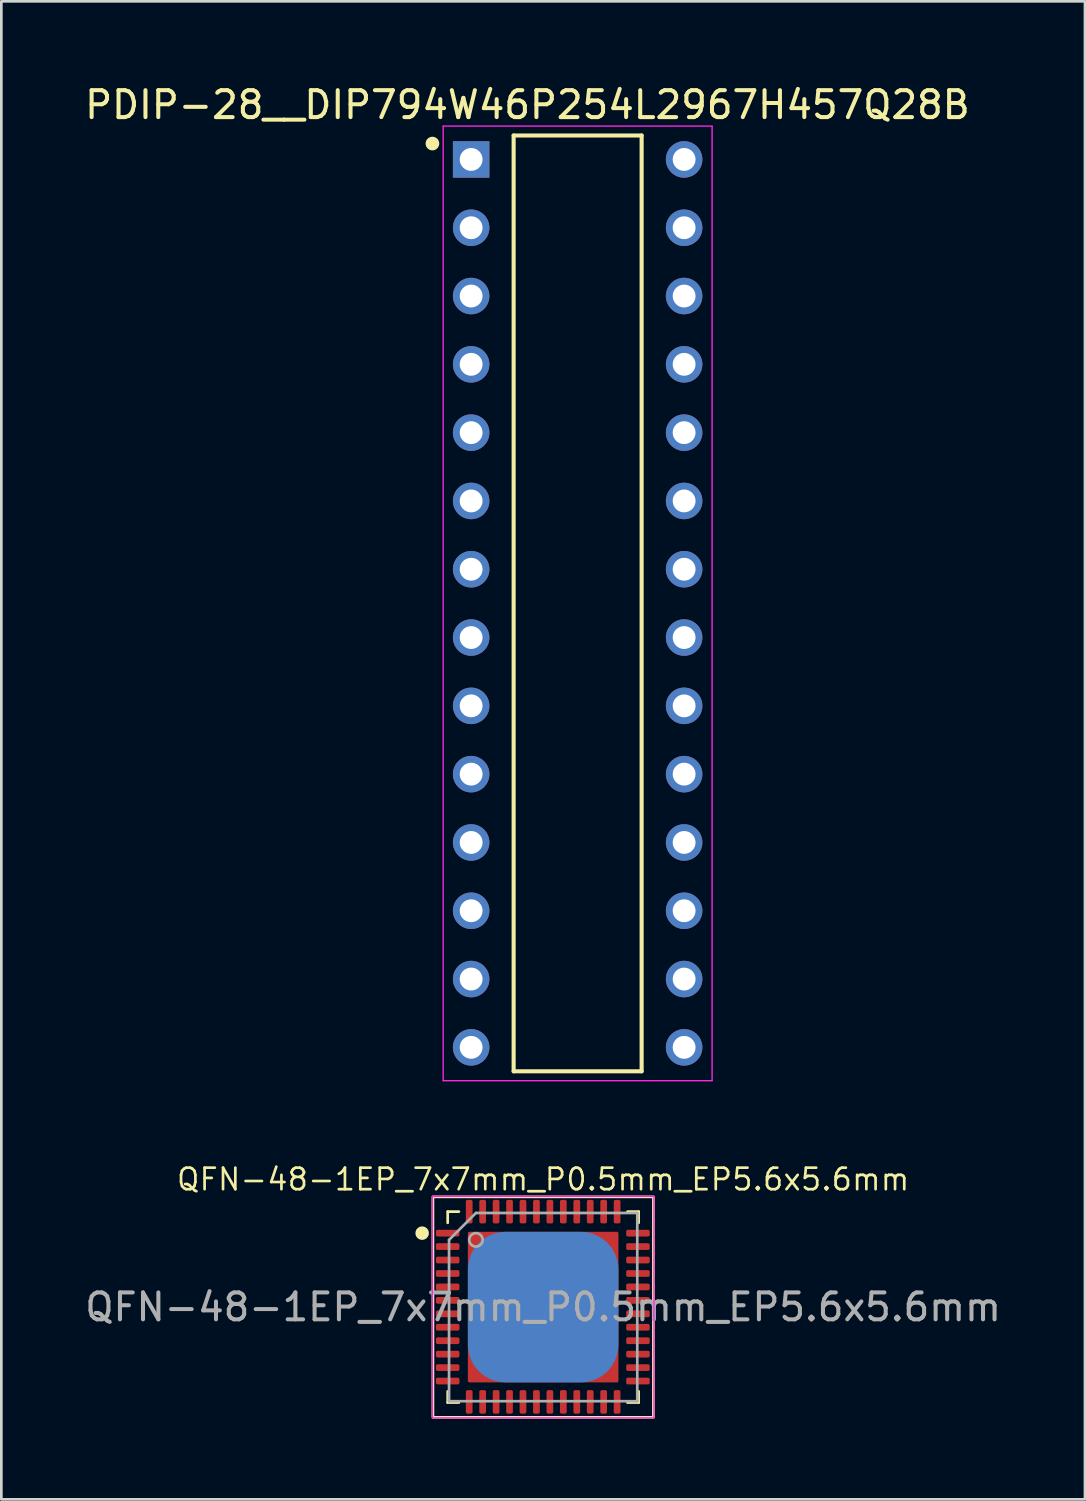
<source format=kicad_pcb>
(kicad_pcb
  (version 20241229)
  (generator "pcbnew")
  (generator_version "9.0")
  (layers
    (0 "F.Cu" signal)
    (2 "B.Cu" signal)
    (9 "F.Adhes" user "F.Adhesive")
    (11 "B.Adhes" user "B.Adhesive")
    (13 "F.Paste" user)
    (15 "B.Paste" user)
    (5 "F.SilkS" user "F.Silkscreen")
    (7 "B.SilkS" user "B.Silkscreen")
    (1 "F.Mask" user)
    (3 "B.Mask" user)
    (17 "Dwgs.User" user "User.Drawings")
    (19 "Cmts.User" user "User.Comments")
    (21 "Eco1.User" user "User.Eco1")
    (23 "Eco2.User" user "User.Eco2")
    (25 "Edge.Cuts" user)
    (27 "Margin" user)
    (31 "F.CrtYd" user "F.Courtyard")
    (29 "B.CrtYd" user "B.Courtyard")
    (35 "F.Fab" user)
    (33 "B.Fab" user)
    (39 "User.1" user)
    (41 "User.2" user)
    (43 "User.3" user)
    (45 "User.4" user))
  (footprint "PDIP-28__DIP794W46P254L2967H457Q28B"
    (layer "F.Cu")
    (at 18.431 19.389)
    (property "Reference" "PDIP-28__DIP794W46P254L2967H457Q28B" (at -1.867 -18.54 0) (layer "F.SilkS") (effects (font (size 1.001 1.001) (thickness 0.15))))
    (attr through_hole)
    (fp_line (start -2.38 -17.4) (end -2.38 17.4) (stroke (width 0.152) (type solid)) (layer "F.SilkS"))
    (fp_line (start 2.38 -17.4) (end -2.38 -17.4) (stroke (width 0.152) (type solid)) (layer "F.SilkS"))
    (fp_line (start 2.38 17.4) (end -2.38 17.4) (stroke (width 0.152) (type solid)) (layer "F.SilkS"))
    (fp_line (start 2.38 17.4) (end 2.38 -17.4) (stroke (width 0.152) (type solid)) (layer "F.SilkS"))
    (fp_circle (center -5.4 -17.1) (end -5.146 -17.1) (stroke (width 0) (type solid)) (fill yes) (layer "F.SilkS"))
    (fp_line (start -5 -17.75) (end 5 -17.75) (stroke (width 0.05) (type solid)) (layer "F.CrtYd"))
    (fp_line (start -5 17.75) (end -5 -17.75) (stroke (width 0.05) (type solid)) (layer "F.CrtYd"))
    (fp_line (start 5 -17.75) (end 5 17.75) (stroke (width 0.05) (type solid)) (layer "F.CrtYd"))
    (fp_line (start 5 17.75) (end -5 17.75) (stroke (width 0.05) (type solid)) (layer "F.CrtYd"))
    (pad "1" thru_hole rect (at -3.96 -16.51) (size 1.358 1.358) (drill 0.85) (layers "*.Cu" "*.Mask"))
    (pad "2" thru_hole circle (at -3.96 -13.97) (size 1.358 1.358) (drill 0.85) (layers "*.Cu" "*.Mask"))
    (pad "3" thru_hole circle (at -3.96 -11.43) (size 1.358 1.358) (drill 0.85) (layers "*.Cu" "*.Mask"))
    (pad "4" thru_hole circle (at -3.96 -8.89) (size 1.358 1.358) (drill 0.85) (layers "*.Cu" "*.Mask"))
    (pad "5" thru_hole circle (at -3.96 -6.35) (size 1.358 1.358) (drill 0.85) (layers "*.Cu" "*.Mask"))
    (pad "6" thru_hole circle (at -3.96 -3.81) (size 1.358 1.358) (drill 0.85) (layers "*.Cu" "*.Mask"))
    (pad "7" thru_hole circle (at -3.96 -1.27) (size 1.358 1.358) (drill 0.85) (layers "*.Cu" "*.Mask"))
    (pad "8" thru_hole circle (at -3.96 1.27) (size 1.358 1.358) (drill 0.85) (layers "*.Cu" "*.Mask"))
    (pad "9" thru_hole circle (at -3.96 3.81) (size 1.358 1.358) (drill 0.85) (layers "*.Cu" "*.Mask"))
    (pad "10" thru_hole circle (at -3.96 6.35) (size 1.358 1.358) (drill 0.85) (layers "*.Cu" "*.Mask"))
    (pad "11" thru_hole circle (at -3.96 8.89) (size 1.358 1.358) (drill 0.85) (layers "*.Cu" "*.Mask"))
    (pad "12" thru_hole circle (at -3.96 11.43) (size 1.358 1.358) (drill 0.85) (layers "*.Cu" "*.Mask"))
    (pad "13" thru_hole circle (at -3.96 13.97) (size 1.358 1.358) (drill 0.85) (layers "*.Cu" "*.Mask"))
    (pad "14" thru_hole circle (at -3.96 16.51) (size 1.358 1.358) (drill 0.85) (layers "*.Cu" "*.Mask"))
    (pad "15" thru_hole circle (at 3.96 16.51) (size 1.358 1.358) (drill 0.85) (layers "*.Cu" "*.Mask"))
    (pad "16" thru_hole circle (at 3.96 13.97) (size 1.358 1.358) (drill 0.85) (layers "*.Cu" "*.Mask"))
    (pad "17" thru_hole circle (at 3.96 11.43) (size 1.358 1.358) (drill 0.85) (layers "*.Cu" "*.Mask"))
    (pad "18" thru_hole circle (at 3.96 8.89) (size 1.358 1.358) (drill 0.85) (layers "*.Cu" "*.Mask"))
    (pad "19" thru_hole circle (at 3.96 6.35) (size 1.358 1.358) (drill 0.85) (layers "*.Cu" "*.Mask"))
    (pad "20" thru_hole circle (at 3.96 3.81) (size 1.358 1.358) (drill 0.85) (layers "*.Cu" "*.Mask"))
    (pad "21" thru_hole circle (at 3.96 1.27) (size 1.358 1.358) (drill 0.85) (layers "*.Cu" "*.Mask"))
    (pad "22" thru_hole circle (at 3.96 -1.27) (size 1.358 1.358) (drill 0.85) (layers "*.Cu" "*.Mask"))
    (pad "23" thru_hole circle (at 3.96 -3.81) (size 1.358 1.358) (drill 0.85) (layers "*.Cu" "*.Mask"))
    (pad "24" thru_hole circle (at 3.96 -6.35) (size 1.358 1.358) (drill 0.85) (layers "*.Cu" "*.Mask"))
    (pad "25" thru_hole circle (at 3.96 -8.89) (size 1.358 1.358) (drill 0.85) (layers "*.Cu" "*.Mask"))
    (pad "26" thru_hole circle (at 3.96 -11.43) (size 1.358 1.358) (drill 0.85) (layers "*.Cu" "*.Mask"))
    (pad "27" thru_hole circle (at 3.96 -13.97) (size 1.358 1.358) (drill 0.85) (layers "*.Cu" "*.Mask"))
    (pad "28" thru_hole circle (at 3.96 -16.51) (size 1.358 1.358) (drill 0.85) (layers "*.Cu" "*.Mask")))
  (footprint "QFN-48-1EP_7x7mm_P0.5mm_EP5.6x5.6mm"
    (layer "F.Cu")
    (at 17.149 45.558)
    (property "Reference" "QFN-48-1EP_7x7mm_P0.5mm_EP5.6x5.6mm" (at 0 -4.75 0) (layer "F.SilkS") (effects (font (size 0.8 0.8) (thickness 0.1))))
    (attr smd)
    (fp_line (start -3.55 -3.135) (end -3.55 -3.55) (stroke (width 0.1) (type solid)) (layer "F.SilkS"))
    (fp_line (start -3.55 3.55) (end -3.55 3.135) (stroke (width 0.1) (type solid)) (layer "F.SilkS"))
    (fp_line (start -3.135 -3.55) (end -3.55 -3.55) (stroke (width 0.1) (type solid)) (layer "F.SilkS"))
    (fp_line (start -3.135 3.55) (end -3.55 3.55) (stroke (width 0.1) (type solid)) (layer "F.SilkS"))
    (fp_line (start 3.135 -3.55) (end 3.55 -3.55) (stroke (width 0.1) (type solid)) (layer "F.SilkS"))
    (fp_line (start 3.135 3.55) (end 3.55 3.55) (stroke (width 0.1) (type solid)) (layer "F.SilkS"))
    (fp_line (start 3.55 -3.55) (end 3.55 -3.135) (stroke (width 0.1) (type solid)) (layer "F.SilkS"))
    (fp_line (start 3.55 3.55) (end 3.55 3.135) (stroke (width 0.1) (type solid)) (layer "F.SilkS"))
    (fp_rect (start -4.1 -4.1) (end 4.1 4.1) (stroke (width 0.1) (type solid)) (fill no) (layer "F.SilkS"))
    (fp_circle (center -4.5 -2.75) (end -4.25 -2.75) (stroke (width 0) (type solid)) (fill yes) (layer "F.SilkS"))
    (fp_rect (start -4.12 -4.12) (end 4.12 4.12) (stroke (width 0.05) (type solid)) (fill no) (layer "F.CrtYd"))
    (fp_line (start -3.5 -2.5) (end -2.5 -3.5) (stroke (width 0.1) (type solid)) (layer "F.Fab"))
    (fp_line (start -3.5 3.5) (end -3.5 -2.5) (stroke (width 0.1) (type solid)) (layer "F.Fab"))
    (fp_line (start -2.5 -3.5) (end 3.5 -3.5) (stroke (width 0.1) (type solid)) (layer "F.Fab"))
    (fp_line (start 3.5 -3.5) (end 3.5 3.5) (stroke (width 0.1) (type solid)) (layer "F.Fab"))
    (fp_line (start 3.5 3.5) (end -3.5 3.5) (stroke (width 0.1) (type solid)) (layer "F.Fab"))
    (fp_circle (center -2.5 -2.5) (end -2.25 -2.5) (stroke (width 0.1) (type solid)) (fill no) (layer "F.Fab"))
    (fp_text user "${REFERENCE}" (at 0 0 0) (layer "F.Fab") (effects (font (size 1 1) (thickness 0.15))))
    (pad "" smd roundrect (at -1.913 -1.913) (size 1.084 1.084) (layers "F.Paste") (roundrect_rratio 0.231))
    (pad "" smd roundrect (at -1.913 -0.637) (size 1.084 1.084) (layers "F.Paste") (roundrect_rratio 0.231))
    (pad "" smd roundrect (at -1.913 0.637) (size 1.084 1.084) (layers "F.Paste") (roundrect_rratio 0.231))
    (pad "" smd roundrect (at -1.913 1.913) (size 1.084 1.084) (layers "F.Paste") (roundrect_rratio 0.231))
    (pad "" smd roundrect (at -0.637 -1.913) (size 1.084 1.084) (layers "F.Paste") (roundrect_rratio 0.231))
    (pad "" smd roundrect (at -0.637 -0.637) (size 1.084 1.084) (layers "F.Paste") (roundrect_rratio 0.231))
    (pad "" smd roundrect (at -0.637 0.637) (size 1.084 1.084) (layers "F.Paste") (roundrect_rratio 0.231))
    (pad "" smd roundrect (at -0.637 1.913) (size 1.084 1.084) (layers "F.Paste") (roundrect_rratio 0.231))
    (pad "" smd roundrect (at 0.637 -1.913) (size 1.084 1.084) (layers "F.Paste") (roundrect_rratio 0.231))
    (pad "" smd roundrect (at 0.637 -0.637) (size 1.084 1.084) (layers "F.Paste") (roundrect_rratio 0.231))
    (pad "" smd roundrect (at 0.637 0.637) (size 1.084 1.084) (layers "F.Paste") (roundrect_rratio 0.231))
    (pad "" smd roundrect (at 0.637 1.913) (size 1.084 1.084) (layers "F.Paste") (roundrect_rratio 0.231))
    (pad "" smd roundrect (at 1.913 -1.913) (size 1.084 1.084) (layers "F.Paste") (roundrect_rratio 0.231))
    (pad "" smd roundrect (at 1.913 -0.637) (size 1.084 1.084) (layers "F.Paste") (roundrect_rratio 0.231))
    (pad "" smd roundrect (at 1.913 0.637) (size 1.084 1.084) (layers "F.Paste") (roundrect_rratio 0.231))
    (pad "" smd roundrect (at 1.913 1.913) (size 1.084 1.084) (layers "F.Paste") (roundrect_rratio 0.231))
    (pad "1" smd roundrect (at -3.55 -2.75) (size 0.875 0.25) (layers "F.Cu" "F.Mask" "F.Paste") (roundrect_rratio 0.25))
    (pad "2" smd roundrect (at -3.55 -2.25) (size 0.875 0.25) (layers "F.Cu" "F.Mask" "F.Paste") (roundrect_rratio 0.25))
    (pad "3" smd roundrect (at -3.55 -1.75) (size 0.875 0.25) (layers "F.Cu" "F.Mask" "F.Paste") (roundrect_rratio 0.25))
    (pad "4" smd roundrect (at -3.55 -1.25) (size 0.875 0.25) (layers "F.Cu" "F.Mask" "F.Paste") (roundrect_rratio 0.25))
    (pad "5" smd roundrect (at -3.55 -0.75) (size 0.875 0.25) (layers "F.Cu" "F.Mask" "F.Paste") (roundrect_rratio 0.25))
    (pad "6" smd roundrect (at -3.55 -0.25) (size 0.875 0.25) (layers "F.Cu" "F.Mask" "F.Paste") (roundrect_rratio 0.25))
    (pad "7" smd roundrect (at -3.55 0.25) (size 0.875 0.25) (layers "F.Cu" "F.Mask" "F.Paste") (roundrect_rratio 0.25))
    (pad "8" smd roundrect (at -3.55 0.75) (size 0.875 0.25) (layers "F.Cu" "F.Mask" "F.Paste") (roundrect_rratio 0.25))
    (pad "9" smd roundrect (at -3.55 1.25) (size 0.875 0.25) (layers "F.Cu" "F.Mask" "F.Paste") (roundrect_rratio 0.25))
    (pad "10" smd roundrect (at -3.55 1.75) (size 0.875 0.25) (layers "F.Cu" "F.Mask" "F.Paste") (roundrect_rratio 0.25))
    (pad "11" smd roundrect (at -3.55 2.25) (size 0.875 0.25) (layers "F.Cu" "F.Mask" "F.Paste") (roundrect_rratio 0.25))
    (pad "12" smd roundrect (at -3.55 2.75) (size 0.875 0.25) (layers "F.Cu" "F.Mask" "F.Paste") (roundrect_rratio 0.25))
    (pad "13" smd roundrect (at -2.75 3.525) (size 0.25 0.875) (layers "F.Cu" "F.Mask" "F.Paste") (roundrect_rratio 0.25))
    (pad "14" smd roundrect (at -2.25 3.525) (size 0.25 0.875) (layers "F.Cu" "F.Mask" "F.Paste") (roundrect_rratio 0.25))
    (pad "15" smd roundrect (at -1.75 3.525) (size 0.25 0.875) (layers "F.Cu" "F.Mask" "F.Paste") (roundrect_rratio 0.25))
    (pad "16" smd roundrect (at -1.25 3.525) (size 0.25 0.875) (layers "F.Cu" "F.Mask" "F.Paste") (roundrect_rratio 0.25))
    (pad "17" smd roundrect (at -0.75 3.525) (size 0.25 0.875) (layers "F.Cu" "F.Mask" "F.Paste") (roundrect_rratio 0.25))
    (pad "18" smd roundrect (at -0.25 3.525) (size 0.25 0.875) (layers "F.Cu" "F.Mask" "F.Paste") (roundrect_rratio 0.25))
    (pad "19" smd roundrect (at 0.25 3.525) (size 0.25 0.875) (layers "F.Cu" "F.Mask" "F.Paste") (roundrect_rratio 0.25))
    (pad "20" smd roundrect (at 0.75 3.525) (size 0.25 0.875) (layers "F.Cu" "F.Mask" "F.Paste") (roundrect_rratio 0.25))
    (pad "21" smd roundrect (at 1.25 3.525) (size 0.25 0.875) (layers "F.Cu" "F.Mask" "F.Paste") (roundrect_rratio 0.25))
    (pad "22" smd roundrect (at 1.75 3.525) (size 0.25 0.875) (layers "F.Cu" "F.Mask" "F.Paste") (roundrect_rratio 0.25))
    (pad "23" smd roundrect (at 2.25 3.525) (size 0.25 0.875) (layers "F.Cu" "F.Mask" "F.Paste") (roundrect_rratio 0.25))
    (pad "24" smd roundrect (at 2.75 3.525) (size 0.25 0.875) (layers "F.Cu" "F.Mask" "F.Paste") (roundrect_rratio 0.25))
    (pad "25" smd roundrect (at 3.525 2.75) (size 0.875 0.25) (layers "F.Cu" "F.Mask" "F.Paste") (roundrect_rratio 0.25))
    (pad "26" smd roundrect (at 3.525 2.25) (size 0.875 0.25) (layers "F.Cu" "F.Mask" "F.Paste") (roundrect_rratio 0.25))
    (pad "27" smd roundrect (at 3.525 1.75) (size 0.875 0.25) (layers "F.Cu" "F.Mask" "F.Paste") (roundrect_rratio 0.25))
    (pad "28" smd roundrect (at 3.525 1.25) (size 0.875 0.25) (layers "F.Cu" "F.Mask" "F.Paste") (roundrect_rratio 0.25))
    (pad "29" smd roundrect (at 3.525 0.75) (size 0.875 0.25) (layers "F.Cu" "F.Mask" "F.Paste") (roundrect_rratio 0.25))
    (pad "30" smd roundrect (at 3.525 0.25) (size 0.875 0.25) (layers "F.Cu" "F.Mask" "F.Paste") (roundrect_rratio 0.25))
    (pad "31" smd roundrect (at 3.525 -0.25) (size 0.875 0.25) (layers "F.Cu" "F.Mask" "F.Paste") (roundrect_rratio 0.25))
    (pad "32" smd roundrect (at 3.525 -0.75) (size 0.875 0.25) (layers "F.Cu" "F.Mask" "F.Paste") (roundrect_rratio 0.25))
    (pad "33" smd roundrect (at 3.525 -1.25) (size 0.875 0.25) (layers "F.Cu" "F.Mask" "F.Paste") (roundrect_rratio 0.25))
    (pad "34" smd roundrect (at 3.525 -1.75) (size 0.875 0.25) (layers "F.Cu" "F.Mask" "F.Paste") (roundrect_rratio 0.25))
    (pad "35" smd roundrect (at 3.525 -2.25) (size 0.875 0.25) (layers "F.Cu" "F.Mask" "F.Paste") (roundrect_rratio 0.25))
    (pad "36" smd roundrect (at 3.525 -2.75) (size 0.875 0.25) (layers "F.Cu" "F.Mask" "F.Paste") (roundrect_rratio 0.25))
    (pad "37" smd roundrect (at 2.75 -3.55) (size 0.25 0.875) (layers "F.Cu" "F.Mask" "F.Paste") (roundrect_rratio 0.25))
    (pad "38" smd roundrect (at 2.25 -3.55) (size 0.25 0.875) (layers "F.Cu" "F.Mask" "F.Paste") (roundrect_rratio 0.25))
    (pad "39" smd roundrect (at 1.75 -3.55) (size 0.25 0.875) (layers "F.Cu" "F.Mask" "F.Paste") (roundrect_rratio 0.25))
    (pad "40" smd roundrect (at 1.25 -3.55) (size 0.25 0.875) (layers "F.Cu" "F.Mask" "F.Paste") (roundrect_rratio 0.25))
    (pad "41" smd roundrect (at 0.75 -3.55) (size 0.25 0.875) (layers "F.Cu" "F.Mask" "F.Paste") (roundrect_rratio 0.25))
    (pad "42" smd roundrect (at 0.25 -3.55) (size 0.25 0.875) (layers "F.Cu" "F.Mask" "F.Paste") (roundrect_rratio 0.25))
    (pad "43" smd roundrect (at -0.25 -3.55) (size 0.25 0.875) (layers "F.Cu" "F.Mask" "F.Paste") (roundrect_rratio 0.25))
    (pad "44" smd roundrect (at -0.75 -3.55) (size 0.25 0.875) (layers "F.Cu" "F.Mask" "F.Paste") (roundrect_rratio 0.25))
    (pad "45" smd roundrect (at -1.25 -3.55) (size 0.25 0.875) (layers "F.Cu" "F.Mask" "F.Paste") (roundrect_rratio 0.25))
    (pad "46" smd roundrect (at -1.75 -3.55) (size 0.25 0.875) (layers "F.Cu" "F.Mask" "F.Paste") (roundrect_rratio 0.25))
    (pad "47" smd roundrect (at -2.25 -3.55) (size 0.25 0.875) (layers "F.Cu" "F.Mask" "F.Paste") (roundrect_rratio 0.25))
    (pad "48" smd roundrect (at -2.75 -3.55) (size 0.25 0.875) (layers "F.Cu" "F.Mask" "F.Paste") (roundrect_rratio 0.25))
    (pad "PAD" smd roundrect (at 0 0) (size 5.6 5.6) (layers "F.Cu" "F.Mask") (roundrect_rratio 0.01))
    (pad "PAD" smd roundrect (at 0 0) (size 5.6 5.6) (layers "B.Cu") (roundrect_rratio 0.25)))
  (gr_rect
    (start -3 -3)
    (end 37.298 52.708)
    (stroke (width 0.1) (type default))
    (fill no)
    (layer "Edge.Cuts")))
</source>
